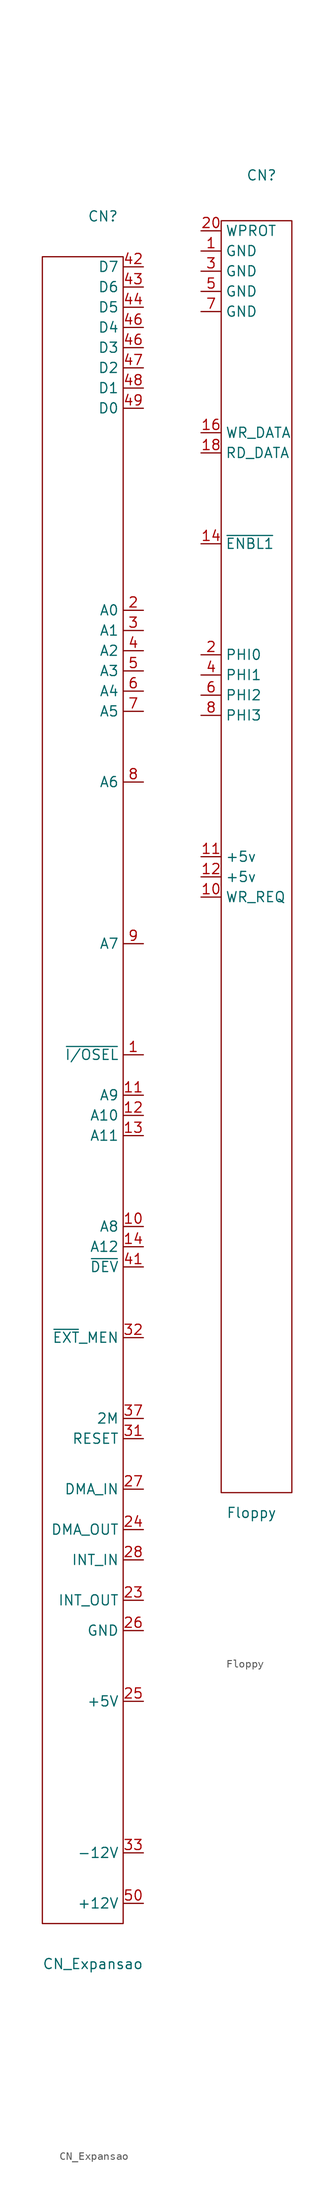
<source format=kicad_sym>
(kicad_symbol_lib
  (version 20211014)
  (generator kicad_symbol_editor)
  (symbol "CN_Expansao"
    (property "Reference" "CN"
      (at 0 60.96 0)
      (effects (font (size 1.27 1.27))))
    (property "Value" "CN_Expansao"
      (at -1.27 -158.75 0)
      (effects (font (size 1.27 1.27))))
    (symbol "CN_Expansao_0_0"
      (pin input line (at 5.08 -44.45 180) (length 2.54) (name "~{I/OSEL}" (effects (font (size 1.27 1.27)))) (number "1" (effects (font (size 1.27 1.27)))))
      (pin input line (at 5.08 -66.04 180) (length 2.54) (name "A8" (effects (font (size 1.27 1.27)))) (number "10" (effects (font (size 1.27 1.27)))))
      (pin input line (at 5.08 -49.53 180) (length 2.54) (name "A9" (effects (font (size 1.27 1.27)))) (number "11" (effects (font (size 1.27 1.27)))))
      (pin input line (at 5.08 -52.07 180) (length 2.54) (name "A10" (effects (font (size 1.27 1.27)))) (number "12" (effects (font (size 1.27 1.27)))))
      (pin input line (at 5.08 -54.61 180) (length 2.54) (name "A11" (effects (font (size 1.27 1.27)))) (number "13" (effects (font (size 1.27 1.27)))))
      (pin input line (at 5.08 -68.58 180) (length 2.54) (name "A12" (effects (font (size 1.27 1.27)))) (number "14" (effects (font (size 1.27 1.27)))))
      (pin output line (at 5.08 -113.03 180) (length 2.54) (name "INT_OUT" (effects (font (size 1.27 1.27)))) (number "23" (effects (font (size 1.27 1.27)))))
      (pin output line (at 5.08 -104.14 180) (length 2.54) (name "DMA_OUT" (effects (font (size 1.27 1.27)))) (number "24" (effects (font (size 1.27 1.27)))))
      (pin power_in line (at 5.08 -125.73 180) (length 2.54) (name "+5V" (effects (font (size 1.27 1.27)))) (number "25" (effects (font (size 1.27 1.27)))))
      (pin power_in line (at 5.08 -116.84 180) (length 2.54) (name "GND" (effects (font (size 1.27 1.27)))) (number "26" (effects (font (size 1.27 1.27)))))
      (pin input line (at 5.08 -99.06 180) (length 2.54) (name "DMA_IN" (effects (font (size 1.27 1.27)))) (number "27" (effects (font (size 1.27 1.27)))))
      (pin input line (at 5.08 -107.95 180) (length 2.54) (name "INT_IN" (effects (font (size 1.27 1.27)))) (number "28" (effects (font (size 1.27 1.27)))))
      (pin input line (at 5.08 8.89 180) (length 2.54) (name "A1" (effects (font (size 1.27 1.27)))) (number "3" (effects (font (size 1.27 1.27)))))
      (pin input line (at 5.08 -92.71 180) (length 2.54) (name "RESET" (effects (font (size 1.27 1.27)))) (number "31" (effects (font (size 1.27 1.27)))))
      (pin output line (at 5.08 -80.01 180) (length 2.54) (name "~{EXT}_MEN" (effects (font (size 1.27 1.27)))) (number "32" (effects (font (size 1.27 1.27)))))
      (pin power_in line (at 5.08 -144.78 180) (length 2.54) (name "-12V" (effects (font (size 1.27 1.27)))) (number "33" (effects (font (size 1.27 1.27)))))
      (pin input line (at 5.08 -90.17 180) (length 2.54) (name "2M" (effects (font (size 1.27 1.27)))) (number "37" (effects (font (size 1.27 1.27)))))
      (pin input line (at 5.08 6.35 180) (length 2.54) (name "A2" (effects (font (size 1.27 1.27)))) (number "4" (effects (font (size 1.27 1.27)))))
      (pin input line (at 5.08 -71.12 180) (length 2.54) (name "~{DEV}" (effects (font (size 1.27 1.27)))) (number "41" (effects (font (size 1.27 1.27)))))
      (pin input line (at 5.08 3.81 180) (length 2.54) (name "A3" (effects (font (size 1.27 1.27)))) (number "5" (effects (font (size 1.27 1.27)))))
      (pin power_in line (at 5.08 -151.13 180) (length 2.54) (name "+12V" (effects (font (size 1.27 1.27)))) (number "50" (effects (font (size 1.27 1.27)))))
      (pin input line (at 5.08 1.27 180) (length 2.54) (name "A4" (effects (font (size 1.27 1.27)))) (number "6" (effects (font (size 1.27 1.27)))))
      (pin input line (at 5.08 -1.27 180) (length 2.54) (name "A5" (effects (font (size 1.27 1.27)))) (number "7" (effects (font (size 1.27 1.27)))))
      (pin input line (at 5.08 -10.16 180) (length 2.54) (name "A6" (effects (font (size 1.27 1.27)))) (number "8" (effects (font (size 1.27 1.27)))))
      (pin input line (at 5.08 -30.48 180) (length 2.54) (name "A7" (effects (font (size 1.27 1.27)))) (number "9" (effects (font (size 1.27 1.27))))))
    (symbol "CN_Expansao_0_1"
      (rectangle (start -7.62 55.88) (end 2.54 -153.67) (stroke (width 0) (type default) (color 0 0 0 0)) (fill (type none))))
    (symbol "CN_Expansao_1_1"
      (pin input line (at 5.08 11.43 180) (length 2.54) (name "A0" (effects (font (size 1.27 1.27)))) (number "2" (effects (font (size 1.27 1.27)))))
      (pin bidirectional line (at 5.08 54.61 180) (length 2.54) (name "D7" (effects (font (size 1.27 1.27)))) (number "42" (effects (font (size 1.27 1.27)))))
      (pin bidirectional line (at 5.08 52.07 180) (length 2.54) (name "D6" (effects (font (size 1.27 1.27)))) (number "43" (effects (font (size 1.27 1.27)))))
      (pin bidirectional line (at 5.08 49.53 180) (length 2.54) (name "D5" (effects (font (size 1.27 1.27)))) (number "44" (effects (font (size 1.27 1.27)))))
      (pin bidirectional line (at 5.08 44.45 180) (length 2.54) (name "D3" (effects (font (size 1.27 1.27)))) (number "46" (effects (font (size 1.27 1.27)))))
      (pin bidirectional line (at 5.08 46.99 180) (length 2.54) (name "D4" (effects (font (size 1.27 1.27)))) (number "46" (effects (font (size 1.27 1.27)))))
      (pin bidirectional line (at 5.08 41.91 180) (length 2.54) (name "D2" (effects (font (size 1.27 1.27)))) (number "47" (effects (font (size 1.27 1.27)))))
      (pin bidirectional line (at 5.08 39.37 180) (length 2.54) (name "D1" (effects (font (size 1.27 1.27)))) (number "48" (effects (font (size 1.27 1.27)))))
      (pin bidirectional line (at 5.08 36.83 180) (length 2.54) (name "D0" (effects (font (size 1.27 1.27)))) (number "49" (effects (font (size 1.27 1.27)))))))
  (symbol "Floppy"
    (property "Reference" "CN"
      (at 0 113.665 0)
      (effects (font (size 1.27 1.27))))
    (property "Value" "Floppy"
      (at -1.27 -54.61 0)
      (effects (font (size 1.27 1.27))))
    (symbol "Floppy_0_0"
      (pin power_out line (at -7.62 104.14 0) (length 2.54) (name "GND" (effects (font (size 1.27 1.27)))) (number "1" (effects (font (size 1.27 1.27)))))
      (pin passive line (at -7.62 22.86 0) (length 2.54) (name "WR_REQ" (effects (font (size 1.27 1.27)))) (number "10" (effects (font (size 1.27 1.27)))))
      (pin power_out line (at -7.62 27.94 0) (length 2.54) (name "+5v" (effects (font (size 1.27 1.27)))) (number "11" (effects (font (size 1.27 1.27)))))
      (pin power_out line (at -7.62 25.4 0) (length 2.54) (name "+5v" (effects (font (size 1.27 1.27)))) (number "12" (effects (font (size 1.27 1.27)))))
      (pin passive line (at -7.62 67.31 0) (length 2.54) (name "~{ENBL1}" (effects (font (size 1.27 1.27)))) (number "14" (effects (font (size 1.27 1.27)))))
      (pin passive line (at -7.62 81.28 0) (length 2.54) (name "WR_DATA" (effects (font (size 1.27 1.27)))) (number "16" (effects (font (size 1.27 1.27)))))
      (pin passive line (at -7.62 78.74 0) (length 2.54) (name "RD_DATA" (effects (font (size 1.27 1.27)))) (number "18" (effects (font (size 1.27 1.27)))))
      (pin passive line (at -7.62 53.34 0) (length 2.54) (name "PHI0" (effects (font (size 1.27 1.27)))) (number "2" (effects (font (size 1.27 1.27)))))
      (pin power_out line (at -7.62 101.6 0) (length 2.54) (name "GND" (effects (font (size 1.27 1.27)))) (number "3" (effects (font (size 1.27 1.27)))))
      (pin passive line (at -7.62 50.8 0) (length 2.54) (name "PHI1" (effects (font (size 1.27 1.27)))) (number "4" (effects (font (size 1.27 1.27)))))
      (pin power_out line (at -7.62 99.06 0) (length 2.54) (name "GND" (effects (font (size 1.27 1.27)))) (number "5" (effects (font (size 1.27 1.27)))))
      (pin passive line (at -7.62 48.26 0) (length 2.54) (name "PHI2" (effects (font (size 1.27 1.27)))) (number "6" (effects (font (size 1.27 1.27)))))
      (pin power_out line (at -7.62 96.52 0) (length 2.54) (name "GND" (effects (font (size 1.27 1.27)))) (number "7" (effects (font (size 1.27 1.27)))))
      (pin passive line (at -7.62 45.72 0) (length 2.54) (name "PHI3" (effects (font (size 1.27 1.27)))) (number "8" (effects (font (size 1.27 1.27))))))
    (symbol "Floppy_0_1"
      (rectangle (start -5.08 107.95) (end 3.81 -52.07) (stroke (width 0) (type default) (color 0 0 0 0)) (fill (type none))))
    (symbol "Floppy_1_1"
      (pin passive line (at -7.62 106.68 0) (length 2.54) (name "WPROT" (effects (font (size 1.27 1.27)))) (number "20" (effects (font (size 1.27 1.27))))))))
</source>
